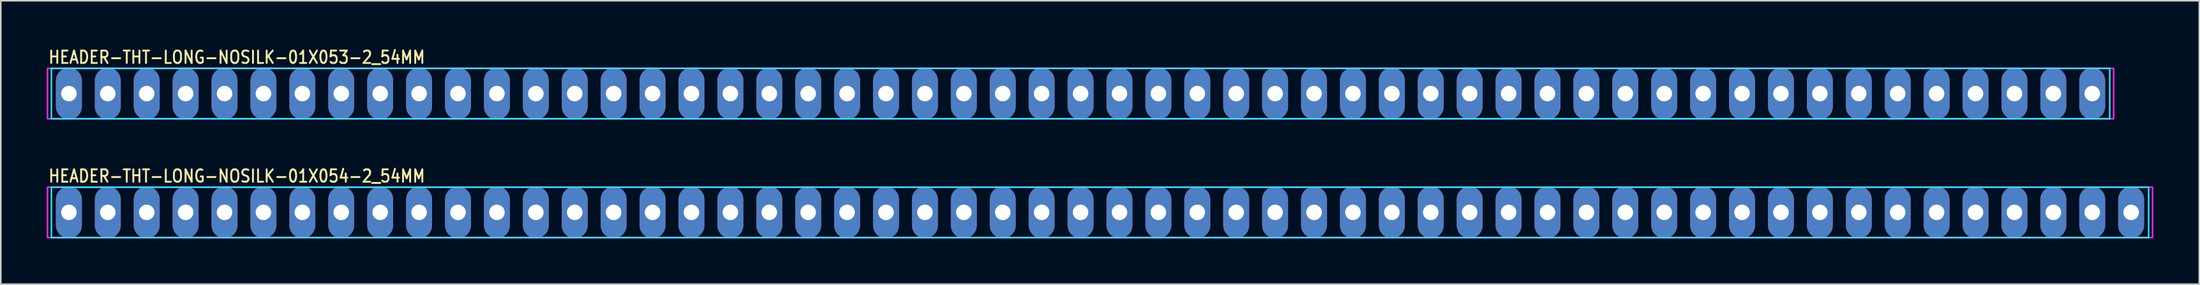
<source format=kicad_pcb>
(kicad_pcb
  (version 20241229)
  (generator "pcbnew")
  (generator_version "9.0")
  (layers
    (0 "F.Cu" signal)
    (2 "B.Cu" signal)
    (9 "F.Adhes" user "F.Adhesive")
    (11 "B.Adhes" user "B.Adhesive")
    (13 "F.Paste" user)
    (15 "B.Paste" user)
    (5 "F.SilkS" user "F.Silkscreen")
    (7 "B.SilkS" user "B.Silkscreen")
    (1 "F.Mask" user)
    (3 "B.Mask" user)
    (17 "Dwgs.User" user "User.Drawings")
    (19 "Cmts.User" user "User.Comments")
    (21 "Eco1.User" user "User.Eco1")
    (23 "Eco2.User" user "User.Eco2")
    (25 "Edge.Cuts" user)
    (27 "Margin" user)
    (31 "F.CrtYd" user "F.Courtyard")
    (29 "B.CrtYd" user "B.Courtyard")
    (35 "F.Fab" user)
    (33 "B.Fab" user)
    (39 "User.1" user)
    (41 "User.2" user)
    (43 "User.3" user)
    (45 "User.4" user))
  (footprint "HEADER-THT-LONG-NOSILK-01X054-2_54MM"
    (layer "F.Cu")
    (at 1.447 10.858)
    (property "Reference" "HEADER-THT-LONG-NOSILK-01X054-2_54MM" (at -1.4 -1.9 0) (unlocked yes) (layer "F.SilkS") (effects (font (size 0.813 0.695) (thickness 0.122)) (justify left bottom)))
    (fp_poly (pts (xy -1.143 -1.651) (xy 135.763 -1.651) (xy 135.763 1.651) (xy -1.143 1.651)) (stroke (width 0.1) (type solid)) (fill no) (layer "B.CrtYd"))
    (fp_poly (pts (xy -1.397 -1.651) (xy 136.017 -1.651) (xy 136.017 1.651) (xy -1.397 1.651)) (stroke (width 0.1) (type solid)) (fill no) (layer "F.CrtYd"))
    (pad "P$1" thru_hole oval (at 0 0 90) (size 3.387 1.693) (drill 1.016) (layers "*.Cu" "*.Mask"))
    (pad "P$2" thru_hole oval (at 2.54 0 90) (size 3.387 1.693) (drill 1.016) (layers "*.Cu" "*.Mask"))
    (pad "P$3" thru_hole oval (at 5.08 0 90) (size 3.387 1.693) (drill 1.016) (layers "*.Cu" "*.Mask"))
    (pad "P$4" thru_hole oval (at 7.62 0 90) (size 3.387 1.693) (drill 1.016) (layers "*.Cu" "*.Mask"))
    (pad "P$5" thru_hole oval (at 10.16 0 90) (size 3.387 1.693) (drill 1.016) (layers "*.Cu" "*.Mask"))
    (pad "P$6" thru_hole oval (at 12.7 0 90) (size 3.387 1.693) (drill 1.016) (layers "*.Cu" "*.Mask"))
    (pad "P$7" thru_hole oval (at 15.24 0 90) (size 3.387 1.693) (drill 1.016) (layers "*.Cu" "*.Mask"))
    (pad "P$8" thru_hole oval (at 17.78 0 90) (size 3.387 1.693) (drill 1.016) (layers "*.Cu" "*.Mask"))
    (pad "P$9" thru_hole oval (at 20.32 0 90) (size 3.387 1.693) (drill 1.016) (layers "*.Cu" "*.Mask"))
    (pad "P$10" thru_hole oval (at 22.86 0 90) (size 3.387 1.693) (drill 1.016) (layers "*.Cu" "*.Mask"))
    (pad "P$11" thru_hole oval (at 25.4 0 90) (size 3.387 1.693) (drill 1.016) (layers "*.Cu" "*.Mask"))
    (pad "P$12" thru_hole oval (at 27.94 0 90) (size 3.387 1.693) (drill 1.016) (layers "*.Cu" "*.Mask"))
    (pad "P$13" thru_hole oval (at 30.48 0 90) (size 3.387 1.693) (drill 1.016) (layers "*.Cu" "*.Mask"))
    (pad "P$14" thru_hole oval (at 33.02 0 90) (size 3.387 1.693) (drill 1.016) (layers "*.Cu" "*.Mask"))
    (pad "P$15" thru_hole oval (at 35.56 0 90) (size 3.387 1.693) (drill 1.016) (layers "*.Cu" "*.Mask"))
    (pad "P$16" thru_hole oval (at 38.1 0 90) (size 3.387 1.693) (drill 1.016) (layers "*.Cu" "*.Mask"))
    (pad "P$17" thru_hole oval (at 40.64 0 90) (size 3.387 1.693) (drill 1.016) (layers "*.Cu" "*.Mask"))
    (pad "P$18" thru_hole oval (at 43.18 0 90) (size 3.387 1.693) (drill 1.016) (layers "*.Cu" "*.Mask"))
    (pad "P$19" thru_hole oval (at 45.72 0 90) (size 3.387 1.693) (drill 1.016) (layers "*.Cu" "*.Mask"))
    (pad "P$20" thru_hole oval (at 48.26 0 90) (size 3.387 1.693) (drill 1.016) (layers "*.Cu" "*.Mask"))
    (pad "P$21" thru_hole oval (at 50.8 0 90) (size 3.387 1.693) (drill 1.016) (layers "*.Cu" "*.Mask"))
    (pad "P$22" thru_hole oval (at 53.34 0 90) (size 3.387 1.693) (drill 1.016) (layers "*.Cu" "*.Mask"))
    (pad "P$23" thru_hole oval (at 55.88 0 90) (size 3.387 1.693) (drill 1.016) (layers "*.Cu" "*.Mask"))
    (pad "P$24" thru_hole oval (at 58.42 0 90) (size 3.387 1.693) (drill 1.016) (layers "*.Cu" "*.Mask"))
    (pad "P$25" thru_hole oval (at 60.96 0 90) (size 3.387 1.693) (drill 1.016) (layers "*.Cu" "*.Mask"))
    (pad "P$26" thru_hole oval (at 63.5 0 90) (size 3.387 1.693) (drill 1.016) (layers "*.Cu" "*.Mask"))
    (pad "P$27" thru_hole oval (at 66.04 0 90) (size 3.387 1.693) (drill 1.016) (layers "*.Cu" "*.Mask"))
    (pad "P$28" thru_hole oval (at 68.58 0 90) (size 3.387 1.693) (drill 1.016) (layers "*.Cu" "*.Mask"))
    (pad "P$29" thru_hole oval (at 71.12 0 90) (size 3.387 1.693) (drill 1.016) (layers "*.Cu" "*.Mask"))
    (pad "P$30" thru_hole oval (at 73.66 0 90) (size 3.387 1.693) (drill 1.016) (layers "*.Cu" "*.Mask"))
    (pad "P$31" thru_hole oval (at 76.2 0 90) (size 3.387 1.693) (drill 1.016) (layers "*.Cu" "*.Mask"))
    (pad "P$32" thru_hole oval (at 78.74 0 90) (size 3.387 1.693) (drill 1.016) (layers "*.Cu" "*.Mask"))
    (pad "P$33" thru_hole oval (at 81.28 0 90) (size 3.387 1.693) (drill 1.016) (layers "*.Cu" "*.Mask"))
    (pad "P$34" thru_hole oval (at 83.82 0 90) (size 3.387 1.693) (drill 1.016) (layers "*.Cu" "*.Mask"))
    (pad "P$35" thru_hole oval (at 86.36 0 90) (size 3.387 1.693) (drill 1.016) (layers "*.Cu" "*.Mask"))
    (pad "P$36" thru_hole oval (at 88.9 0 90) (size 3.387 1.693) (drill 1.016) (layers "*.Cu" "*.Mask"))
    (pad "P$37" thru_hole oval (at 91.44 0 90) (size 3.387 1.693) (drill 1.016) (layers "*.Cu" "*.Mask"))
    (pad "P$38" thru_hole oval (at 93.98 0 90) (size 3.387 1.693) (drill 1.016) (layers "*.Cu" "*.Mask"))
    (pad "P$39" thru_hole oval (at 96.52 0 90) (size 3.387 1.693) (drill 1.016) (layers "*.Cu" "*.Mask"))
    (pad "P$40" thru_hole oval (at 99.06 0 90) (size 3.387 1.693) (drill 1.016) (layers "*.Cu" "*.Mask"))
    (pad "P$41" thru_hole oval (at 101.6 0 90) (size 3.387 1.693) (drill 1.016) (layers "*.Cu" "*.Mask"))
    (pad "P$42" thru_hole oval (at 104.14 0 90) (size 3.387 1.693) (drill 1.016) (layers "*.Cu" "*.Mask"))
    (pad "P$43" thru_hole oval (at 106.68 0 90) (size 3.387 1.693) (drill 1.016) (layers "*.Cu" "*.Mask"))
    (pad "P$44" thru_hole oval (at 109.22 0 90) (size 3.387 1.693) (drill 1.016) (layers "*.Cu" "*.Mask"))
    (pad "P$45" thru_hole oval (at 111.76 0 90) (size 3.387 1.693) (drill 1.016) (layers "*.Cu" "*.Mask"))
    (pad "P$46" thru_hole oval (at 114.3 0 90) (size 3.387 1.693) (drill 1.016) (layers "*.Cu" "*.Mask"))
    (pad "P$47" thru_hole oval (at 116.84 0 90) (size 3.387 1.693) (drill 1.016) (layers "*.Cu" "*.Mask"))
    (pad "P$48" thru_hole oval (at 119.38 0 90) (size 3.387 1.693) (drill 1.016) (layers "*.Cu" "*.Mask"))
    (pad "P$49" thru_hole oval (at 121.92 0 90) (size 3.387 1.693) (drill 1.016) (layers "*.Cu" "*.Mask"))
    (pad "P$50" thru_hole oval (at 124.46 0 90) (size 3.387 1.693) (drill 1.016) (layers "*.Cu" "*.Mask"))
    (pad "P$51" thru_hole oval (at 127 0 90) (size 3.387 1.693) (drill 1.016) (layers "*.Cu" "*.Mask"))
    (pad "P$52" thru_hole oval (at 129.54 0 90) (size 3.387 1.693) (drill 1.016) (layers "*.Cu" "*.Mask"))
    (pad "P$53" thru_hole oval (at 132.08 0 90) (size 3.387 1.693) (drill 1.016) (layers "*.Cu" "*.Mask"))
    (pad "P$54" thru_hole oval (at 134.62 0 90) (size 3.387 1.693) (drill 1.016) (layers "*.Cu" "*.Mask")))
  (footprint "HEADER-THT-LONG-NOSILK-01X053-2_54MM"
    (layer "F.Cu")
    (at 1.447 3.079)
    (property "Reference" "HEADER-THT-LONG-NOSILK-01X053-2_54MM" (at -1.4 -1.9 0) (unlocked yes) (layer "F.SilkS") (effects (font (size 0.813 0.695) (thickness 0.122)) (justify left bottom)))
    (fp_poly (pts (xy -1.143 -1.651) (xy 133.223 -1.651) (xy 133.223 1.651) (xy -1.143 1.651)) (stroke (width 0.1) (type solid)) (fill no) (layer "B.CrtYd"))
    (fp_poly (pts (xy -1.397 -1.651) (xy 133.477 -1.651) (xy 133.477 1.651) (xy -1.397 1.651)) (stroke (width 0.1) (type solid)) (fill no) (layer "F.CrtYd"))
    (pad "P$1" thru_hole oval (at 0 0 90) (size 3.387 1.693) (drill 1.016) (layers "*.Cu" "*.Mask"))
    (pad "P$2" thru_hole oval (at 2.54 0 90) (size 3.387 1.693) (drill 1.016) (layers "*.Cu" "*.Mask"))
    (pad "P$3" thru_hole oval (at 5.08 0 90) (size 3.387 1.693) (drill 1.016) (layers "*.Cu" "*.Mask"))
    (pad "P$4" thru_hole oval (at 7.62 0 90) (size 3.387 1.693) (drill 1.016) (layers "*.Cu" "*.Mask"))
    (pad "P$5" thru_hole oval (at 10.16 0 90) (size 3.387 1.693) (drill 1.016) (layers "*.Cu" "*.Mask"))
    (pad "P$6" thru_hole oval (at 12.7 0 90) (size 3.387 1.693) (drill 1.016) (layers "*.Cu" "*.Mask"))
    (pad "P$7" thru_hole oval (at 15.24 0 90) (size 3.387 1.693) (drill 1.016) (layers "*.Cu" "*.Mask"))
    (pad "P$8" thru_hole oval (at 17.78 0 90) (size 3.387 1.693) (drill 1.016) (layers "*.Cu" "*.Mask"))
    (pad "P$9" thru_hole oval (at 20.32 0 90) (size 3.387 1.693) (drill 1.016) (layers "*.Cu" "*.Mask"))
    (pad "P$10" thru_hole oval (at 22.86 0 90) (size 3.387 1.693) (drill 1.016) (layers "*.Cu" "*.Mask"))
    (pad "P$11" thru_hole oval (at 25.4 0 90) (size 3.387 1.693) (drill 1.016) (layers "*.Cu" "*.Mask"))
    (pad "P$12" thru_hole oval (at 27.94 0 90) (size 3.387 1.693) (drill 1.016) (layers "*.Cu" "*.Mask"))
    (pad "P$13" thru_hole oval (at 30.48 0 90) (size 3.387 1.693) (drill 1.016) (layers "*.Cu" "*.Mask"))
    (pad "P$14" thru_hole oval (at 33.02 0 90) (size 3.387 1.693) (drill 1.016) (layers "*.Cu" "*.Mask"))
    (pad "P$15" thru_hole oval (at 35.56 0 90) (size 3.387 1.693) (drill 1.016) (layers "*.Cu" "*.Mask"))
    (pad "P$16" thru_hole oval (at 38.1 0 90) (size 3.387 1.693) (drill 1.016) (layers "*.Cu" "*.Mask"))
    (pad "P$17" thru_hole oval (at 40.64 0 90) (size 3.387 1.693) (drill 1.016) (layers "*.Cu" "*.Mask"))
    (pad "P$18" thru_hole oval (at 43.18 0 90) (size 3.387 1.693) (drill 1.016) (layers "*.Cu" "*.Mask"))
    (pad "P$19" thru_hole oval (at 45.72 0 90) (size 3.387 1.693) (drill 1.016) (layers "*.Cu" "*.Mask"))
    (pad "P$20" thru_hole oval (at 48.26 0 90) (size 3.387 1.693) (drill 1.016) (layers "*.Cu" "*.Mask"))
    (pad "P$21" thru_hole oval (at 50.8 0 90) (size 3.387 1.693) (drill 1.016) (layers "*.Cu" "*.Mask"))
    (pad "P$22" thru_hole oval (at 53.34 0 90) (size 3.387 1.693) (drill 1.016) (layers "*.Cu" "*.Mask"))
    (pad "P$23" thru_hole oval (at 55.88 0 90) (size 3.387 1.693) (drill 1.016) (layers "*.Cu" "*.Mask"))
    (pad "P$24" thru_hole oval (at 58.42 0 90) (size 3.387 1.693) (drill 1.016) (layers "*.Cu" "*.Mask"))
    (pad "P$25" thru_hole oval (at 60.96 0 90) (size 3.387 1.693) (drill 1.016) (layers "*.Cu" "*.Mask"))
    (pad "P$26" thru_hole oval (at 63.5 0 90) (size 3.387 1.693) (drill 1.016) (layers "*.Cu" "*.Mask"))
    (pad "P$27" thru_hole oval (at 66.04 0 90) (size 3.387 1.693) (drill 1.016) (layers "*.Cu" "*.Mask"))
    (pad "P$28" thru_hole oval (at 68.58 0 90) (size 3.387 1.693) (drill 1.016) (layers "*.Cu" "*.Mask"))
    (pad "P$29" thru_hole oval (at 71.12 0 90) (size 3.387 1.693) (drill 1.016) (layers "*.Cu" "*.Mask"))
    (pad "P$30" thru_hole oval (at 73.66 0 90) (size 3.387 1.693) (drill 1.016) (layers "*.Cu" "*.Mask"))
    (pad "P$31" thru_hole oval (at 76.2 0 90) (size 3.387 1.693) (drill 1.016) (layers "*.Cu" "*.Mask"))
    (pad "P$32" thru_hole oval (at 78.74 0 90) (size 3.387 1.693) (drill 1.016) (layers "*.Cu" "*.Mask"))
    (pad "P$33" thru_hole oval (at 81.28 0 90) (size 3.387 1.693) (drill 1.016) (layers "*.Cu" "*.Mask"))
    (pad "P$34" thru_hole oval (at 83.82 0 90) (size 3.387 1.693) (drill 1.016) (layers "*.Cu" "*.Mask"))
    (pad "P$35" thru_hole oval (at 86.36 0 90) (size 3.387 1.693) (drill 1.016) (layers "*.Cu" "*.Mask"))
    (pad "P$36" thru_hole oval (at 88.9 0 90) (size 3.387 1.693) (drill 1.016) (layers "*.Cu" "*.Mask"))
    (pad "P$37" thru_hole oval (at 91.44 0 90) (size 3.387 1.693) (drill 1.016) (layers "*.Cu" "*.Mask"))
    (pad "P$38" thru_hole oval (at 93.98 0 90) (size 3.387 1.693) (drill 1.016) (layers "*.Cu" "*.Mask"))
    (pad "P$39" thru_hole oval (at 96.52 0 90) (size 3.387 1.693) (drill 1.016) (layers "*.Cu" "*.Mask"))
    (pad "P$40" thru_hole oval (at 99.06 0 90) (size 3.387 1.693) (drill 1.016) (layers "*.Cu" "*.Mask"))
    (pad "P$41" thru_hole oval (at 101.6 0 90) (size 3.387 1.693) (drill 1.016) (layers "*.Cu" "*.Mask"))
    (pad "P$42" thru_hole oval (at 104.14 0 90) (size 3.387 1.693) (drill 1.016) (layers "*.Cu" "*.Mask"))
    (pad "P$43" thru_hole oval (at 106.68 0 90) (size 3.387 1.693) (drill 1.016) (layers "*.Cu" "*.Mask"))
    (pad "P$44" thru_hole oval (at 109.22 0 90) (size 3.387 1.693) (drill 1.016) (layers "*.Cu" "*.Mask"))
    (pad "P$45" thru_hole oval (at 111.76 0 90) (size 3.387 1.693) (drill 1.016) (layers "*.Cu" "*.Mask"))
    (pad "P$46" thru_hole oval (at 114.3 0 90) (size 3.387 1.693) (drill 1.016) (layers "*.Cu" "*.Mask"))
    (pad "P$47" thru_hole oval (at 116.84 0 90) (size 3.387 1.693) (drill 1.016) (layers "*.Cu" "*.Mask"))
    (pad "P$48" thru_hole oval (at 119.38 0 90) (size 3.387 1.693) (drill 1.016) (layers "*.Cu" "*.Mask"))
    (pad "P$49" thru_hole oval (at 121.92 0 90) (size 3.387 1.693) (drill 1.016) (layers "*.Cu" "*.Mask"))
    (pad "P$50" thru_hole oval (at 124.46 0 90) (size 3.387 1.693) (drill 1.016) (layers "*.Cu" "*.Mask"))
    (pad "P$51" thru_hole oval (at 127 0 90) (size 3.387 1.693) (drill 1.016) (layers "*.Cu" "*.Mask"))
    (pad "P$52" thru_hole oval (at 129.54 0 90) (size 3.387 1.693) (drill 1.016) (layers "*.Cu" "*.Mask"))
    (pad "P$53" thru_hole oval (at 132.08 0 90) (size 3.387 1.693) (drill 1.016) (layers "*.Cu" "*.Mask")))
  (gr_rect
    (start -3 -3)
    (end 140.514 15.559)
    (stroke (width 0.1) (type default))
    (fill no)
    (layer "Edge.Cuts")))
</source>
